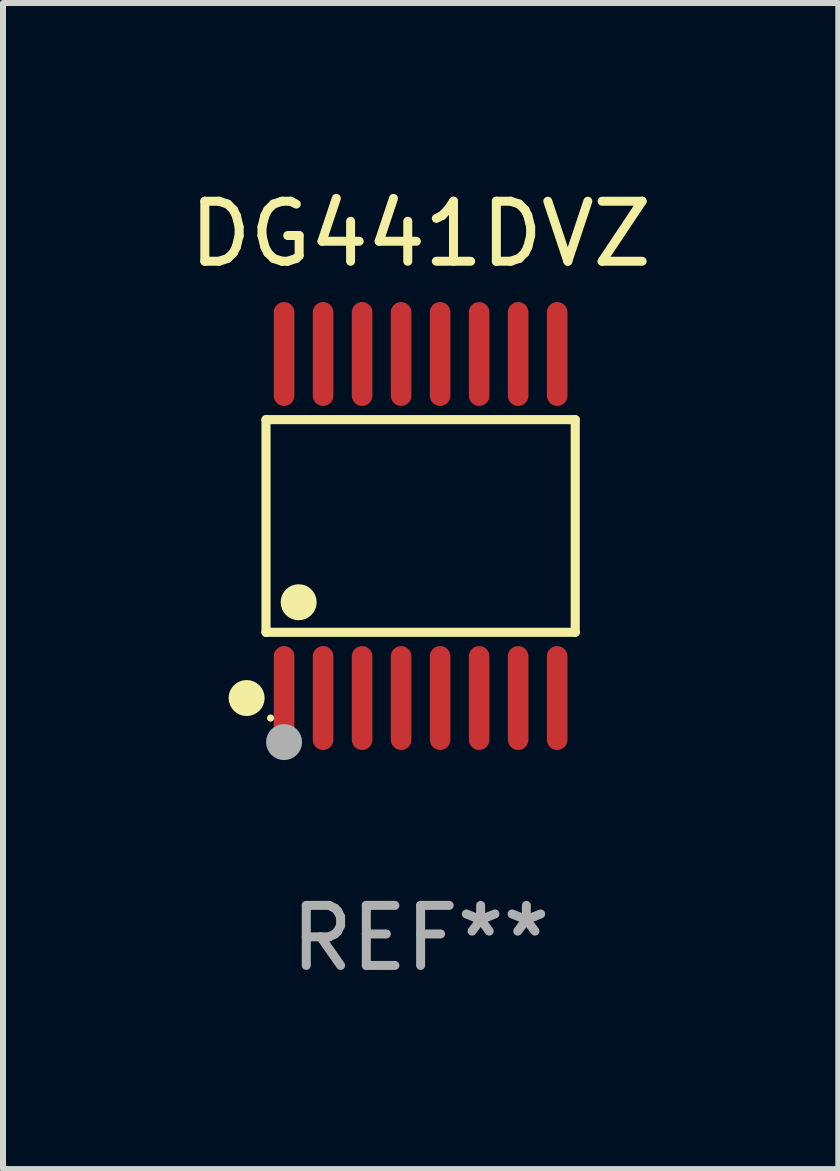
<source format=kicad_pcb>
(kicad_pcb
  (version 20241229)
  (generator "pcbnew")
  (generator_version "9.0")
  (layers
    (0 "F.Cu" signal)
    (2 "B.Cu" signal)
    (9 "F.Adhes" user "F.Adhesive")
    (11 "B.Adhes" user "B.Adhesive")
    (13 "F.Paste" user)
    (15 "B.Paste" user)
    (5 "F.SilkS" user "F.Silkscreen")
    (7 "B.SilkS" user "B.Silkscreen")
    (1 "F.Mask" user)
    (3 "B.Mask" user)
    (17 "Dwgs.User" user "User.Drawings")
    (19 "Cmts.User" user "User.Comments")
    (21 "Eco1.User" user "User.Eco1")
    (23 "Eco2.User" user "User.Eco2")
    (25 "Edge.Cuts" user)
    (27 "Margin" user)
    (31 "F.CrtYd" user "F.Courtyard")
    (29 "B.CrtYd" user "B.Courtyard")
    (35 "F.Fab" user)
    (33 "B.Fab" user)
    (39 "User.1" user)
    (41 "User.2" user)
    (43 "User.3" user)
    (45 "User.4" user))
  (footprint "DG441DVZ"
    (layer "F.Cu")
    (at 3.958 5.714)
    (property "Reference" "DG441DVZ" (at 0 -4.866 0) (layer "F.SilkS") (effects (font (size 1 1) (thickness 0.15))))
    (attr through_hole)
    (fp_line (start -2.576 -1.772) (end 2.576 -1.772) (stroke (width 0.152) (type solid)) (layer "F.SilkS"))
    (fp_line (start -2.576 1.771) (end -2.576 -1.772) (stroke (width 0.152) (type solid)) (layer "F.SilkS"))
    (fp_line (start 2.576 -1.772) (end 2.576 1.771) (stroke (width 0.152) (type solid)) (layer "F.SilkS"))
    (fp_line (start 2.576 1.771) (end -2.576 1.771) (stroke (width 0.152) (type solid)) (layer "F.SilkS"))
    (fp_circle (center -2.899 2.866) (end -2.749 2.866) (stroke (width 0.3) (type solid)) (fill no) (layer "F.SilkS"))
    (fp_circle (center -2.5 3.2) (end -2.47 3.2) (stroke (width 0.06) (type solid)) (fill no) (layer "F.SilkS"))
    (fp_circle (center -2.032 1.27) (end -1.882 1.27) (stroke (width 0.3) (type solid)) (fill no) (layer "F.SilkS"))
    (fp_circle (center -2.275 3.6) (end -2.125 3.6) (stroke (width 0.3) (type solid)) (fill no) (layer "F.Fab"))
    (fp_text user "REF**" (at 0 6.866 0) (layer "F.Fab") (effects (font (size 1 1) (thickness 0.15))))
    (pad "1" smd oval (at -2.275 2.866) (size 0.343 1.731) (layers "F.Cu" "F.Mask" "F.Paste"))
    (pad "2" smd oval (at -1.625 2.866) (size 0.343 1.731) (layers "F.Cu" "F.Mask" "F.Paste"))
    (pad "3" smd oval (at -0.975 2.866) (size 0.343 1.731) (layers "F.Cu" "F.Mask" "F.Paste"))
    (pad "4" smd oval (at -0.325 2.866) (size 0.343 1.731) (layers "F.Cu" "F.Mask" "F.Paste"))
    (pad "5" smd oval (at 0.325 2.866) (size 0.343 1.731) (layers "F.Cu" "F.Mask" "F.Paste"))
    (pad "6" smd oval (at 0.975 2.866) (size 0.343 1.731) (layers "F.Cu" "F.Mask" "F.Paste"))
    (pad "7" smd oval (at 1.625 2.866) (size 0.343 1.731) (layers "F.Cu" "F.Mask" "F.Paste"))
    (pad "8" smd oval (at 2.275 2.866) (size 0.343 1.731) (layers "F.Cu" "F.Mask" "F.Paste"))
    (pad "9" smd oval (at 2.275 -2.866) (size 0.343 1.731) (layers "F.Cu" "F.Mask" "F.Paste"))
    (pad "10" smd oval (at 1.625 -2.866) (size 0.343 1.731) (layers "F.Cu" "F.Mask" "F.Paste"))
    (pad "11" smd oval (at 0.975 -2.866) (size 0.343 1.731) (layers "F.Cu" "F.Mask" "F.Paste"))
    (pad "12" smd oval (at 0.325 -2.866) (size 0.343 1.731) (layers "F.Cu" "F.Mask" "F.Paste"))
    (pad "13" smd oval (at -0.325 -2.866) (size 0.343 1.731) (layers "F.Cu" "F.Mask" "F.Paste"))
    (pad "14" smd oval (at -0.975 -2.866) (size 0.343 1.731) (layers "F.Cu" "F.Mask" "F.Paste"))
    (pad "15" smd oval (at -1.625 -2.866) (size 0.343 1.731) (layers "F.Cu" "F.Mask" "F.Paste"))
    (pad "16" smd oval (at -2.275 -2.866) (size 0.343 1.731) (layers "F.Cu" "F.Mask" "F.Paste")))
  (gr_rect
    (start -3 -3)
    (end 10.917 16.428)
    (stroke (width 0.1) (type default))
    (fill no)
    (layer "Edge.Cuts")))
</source>
